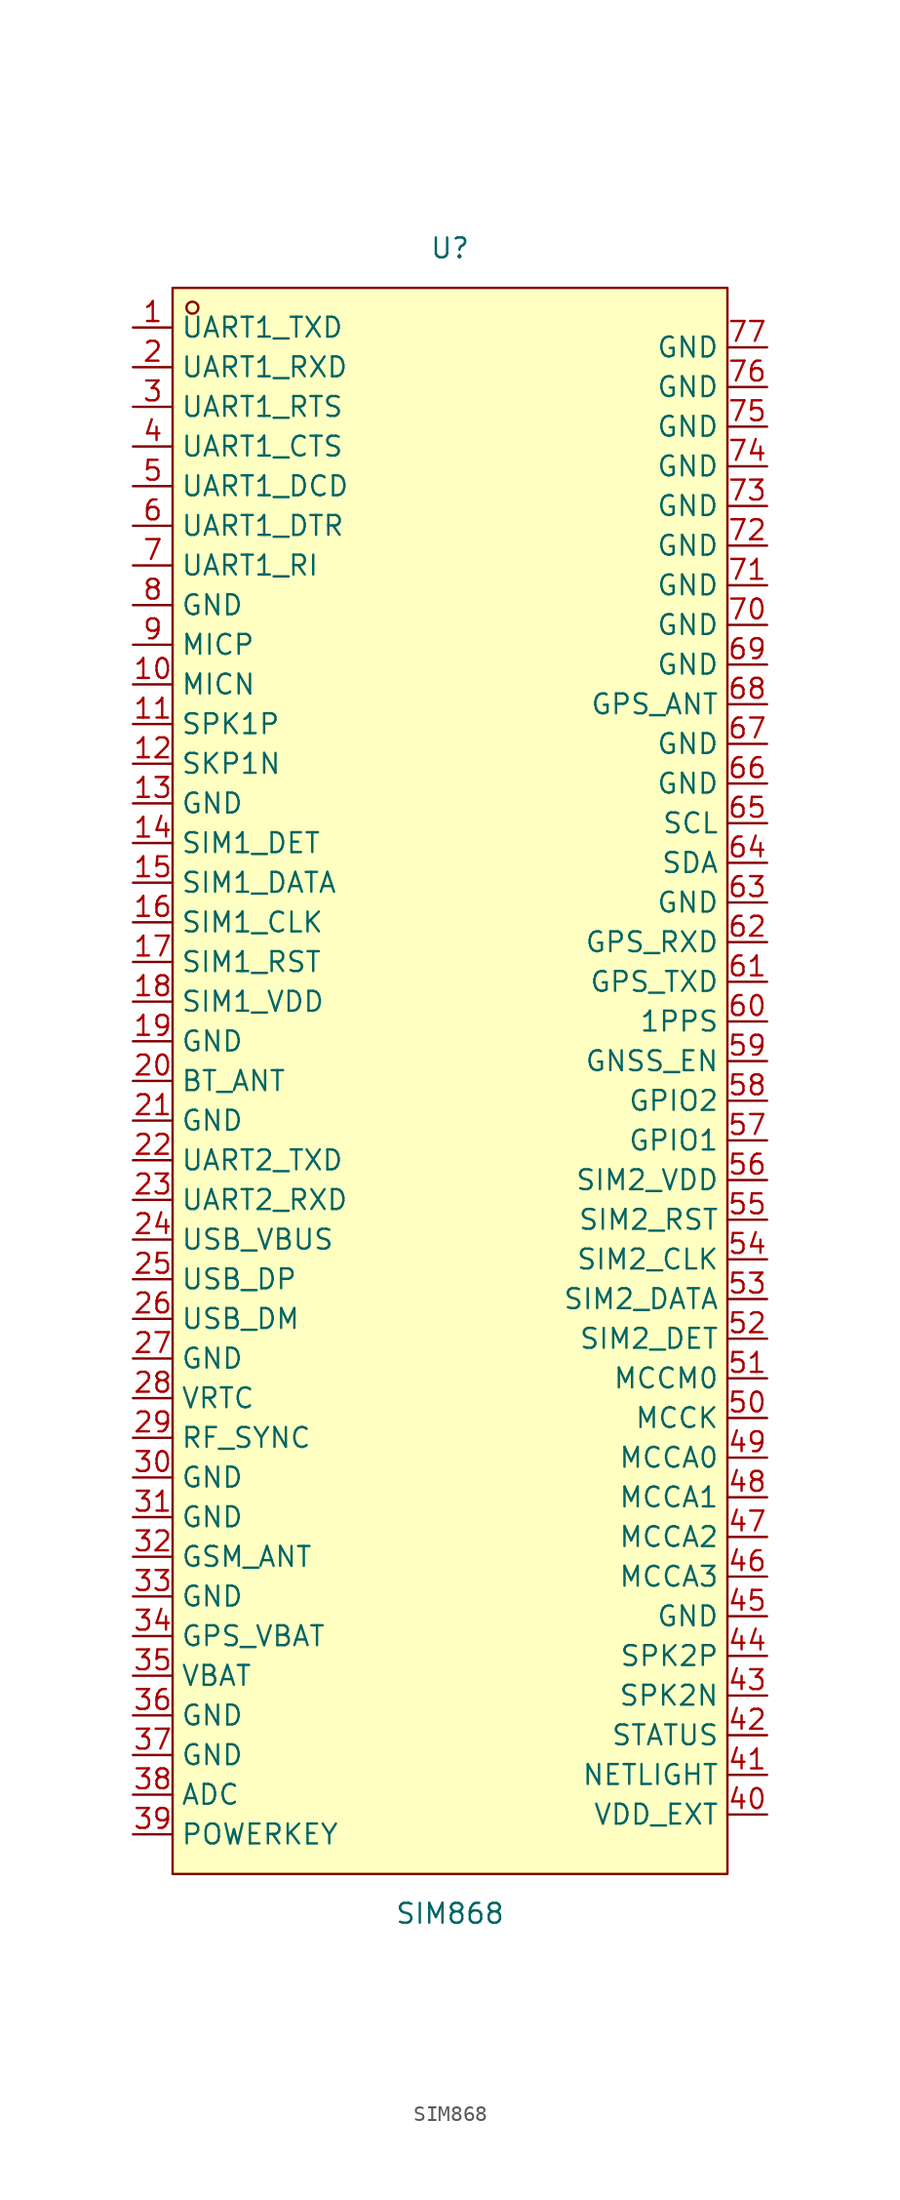
<source format=kicad_sym>
(kicad_symbol_lib
  (version 20231120)
  (generator "kicad_symbol_editor")
  (generator_version "8.0")
  (symbol "SIM868"
    (property "Reference" "U"
      (at 0 53.34 0)
      (effects (font (size 1.27 1.27))))
    (property "Value" "SIM868"
      (at 0 -53.34 0)
      (effects (font (size 1.27 1.27))))
    (symbol "SIM868_0_1"
      (rectangle (start -17.78 50.8) (end 17.78 -50.8) (stroke (width 0) (type default)) (fill (type background)))
      (circle (center -16.51 49.53) (radius 0.38) (stroke (width 0) (type default)) (fill (type none)))
      (pin output line (at -20.32 48.26 0) (length 2.54) (name "UART1_TXD" (effects (font (size 1.27 1.27)))) (number "1" (effects (font (size 1.27 1.27)))))
      (pin unspecified line (at -20.32 25.4 0) (length 2.54) (name "MICN" (effects (font (size 1.27 1.27)))) (number "10" (effects (font (size 1.27 1.27)))))
      (pin unspecified line (at -20.32 22.86 0) (length 2.54) (name "SPK1P" (effects (font (size 1.27 1.27)))) (number "11" (effects (font (size 1.27 1.27)))))
      (pin unspecified line (at -20.32 20.32 0) (length 2.54) (name "SKP1N" (effects (font (size 1.27 1.27)))) (number "12" (effects (font (size 1.27 1.27)))))
      (pin power_in line (at -20.32 17.78 0) (length 2.54) (name "GND" (effects (font (size 1.27 1.27)))) (number "13" (effects (font (size 1.27 1.27)))))
      (pin unspecified line (at -20.32 15.24 0) (length 2.54) (name "SIM1_DET" (effects (font (size 1.27 1.27)))) (number "14" (effects (font (size 1.27 1.27)))))
      (pin bidirectional line (at -20.32 12.7 0) (length 2.54) (name "SIM1_DATA" (effects (font (size 1.27 1.27)))) (number "15" (effects (font (size 1.27 1.27)))))
      (pin bidirectional line (at -20.32 10.16 0) (length 2.54) (name "SIM1_CLK" (effects (font (size 1.27 1.27)))) (number "16" (effects (font (size 1.27 1.27)))))
      (pin bidirectional line (at -20.32 7.62 0) (length 2.54) (name "SIM1_RST" (effects (font (size 1.27 1.27)))) (number "17" (effects (font (size 1.27 1.27)))))
      (pin power_out line (at -20.32 5.08 0) (length 2.54) (name "SIM1_VDD" (effects (font (size 1.27 1.27)))) (number "18" (effects (font (size 1.27 1.27)))))
      (pin power_in line (at -20.32 2.54 0) (length 2.54) (name "GND" (effects (font (size 1.27 1.27)))) (number "19" (effects (font (size 1.27 1.27)))))
      (pin input line (at -20.32 45.72 0) (length 2.54) (name "UART1_RXD" (effects (font (size 1.27 1.27)))) (number "2" (effects (font (size 1.27 1.27)))))
      (pin unspecified line (at -20.32 0 0) (length 2.54) (name "BT_ANT" (effects (font (size 1.27 1.27)))) (number "20" (effects (font (size 1.27 1.27)))))
      (pin power_in line (at -20.32 -2.54 0) (length 2.54) (name "GND" (effects (font (size 1.27 1.27)))) (number "21" (effects (font (size 1.27 1.27)))))
      (pin output line (at -20.32 -5.08 0) (length 2.54) (name "UART2_TXD" (effects (font (size 1.27 1.27)))) (number "22" (effects (font (size 1.27 1.27)))))
      (pin input line (at -20.32 -7.62 0) (length 2.54) (name "UART2_RXD" (effects (font (size 1.27 1.27)))) (number "23" (effects (font (size 1.27 1.27)))))
      (pin power_in line (at -20.32 -10.16 0) (length 2.54) (name "USB_VBUS" (effects (font (size 1.27 1.27)))) (number "24" (effects (font (size 1.27 1.27)))))
      (pin bidirectional line (at -20.32 -12.7 0) (length 2.54) (name "USB_DP" (effects (font (size 1.27 1.27)))) (number "25" (effects (font (size 1.27 1.27)))))
      (pin bidirectional line (at -20.32 -15.24 0) (length 2.54) (name "USB_DM" (effects (font (size 1.27 1.27)))) (number "26" (effects (font (size 1.27 1.27)))))
      (pin power_in line (at -20.32 -17.78 0) (length 2.54) (name "GND" (effects (font (size 1.27 1.27)))) (number "27" (effects (font (size 1.27 1.27)))))
      (pin unspecified line (at -20.32 -20.32 0) (length 2.54) (name "VRTC" (effects (font (size 1.27 1.27)))) (number "28" (effects (font (size 1.27 1.27)))))
      (pin unspecified line (at -20.32 -22.86 0) (length 2.54) (name "RF_SYNC" (effects (font (size 1.27 1.27)))) (number "29" (effects (font (size 1.27 1.27)))))
      (pin unspecified line (at -20.32 43.18 0) (length 2.54) (name "UART1_RTS" (effects (font (size 1.27 1.27)))) (number "3" (effects (font (size 1.27 1.27)))))
      (pin power_in line (at -20.32 -25.4 0) (length 2.54) (name "GND" (effects (font (size 1.27 1.27)))) (number "30" (effects (font (size 1.27 1.27)))))
      (pin power_in line (at -20.32 -27.94 0) (length 2.54) (name "GND" (effects (font (size 1.27 1.27)))) (number "31" (effects (font (size 1.27 1.27)))))
      (pin input line (at -20.32 -30.48 0) (length 2.54) (name "GSM_ANT" (effects (font (size 1.27 1.27)))) (number "32" (effects (font (size 1.27 1.27)))))
      (pin power_in line (at -20.32 -33.02 0) (length 2.54) (name "GND" (effects (font (size 1.27 1.27)))) (number "33" (effects (font (size 1.27 1.27)))))
      (pin power_in line (at -20.32 -35.56 0) (length 2.54) (name "GPS_VBAT" (effects (font (size 1.27 1.27)))) (number "34" (effects (font (size 1.27 1.27)))))
      (pin power_in line (at -20.32 -38.1 0) (length 2.54) (name "VBAT" (effects (font (size 1.27 1.27)))) (number "35" (effects (font (size 1.27 1.27)))))
      (pin power_in line (at -20.32 -40.64 0) (length 2.54) (name "GND" (effects (font (size 1.27 1.27)))) (number "36" (effects (font (size 1.27 1.27)))))
      (pin power_in line (at -20.32 -43.18 0) (length 2.54) (name "GND" (effects (font (size 1.27 1.27)))) (number "37" (effects (font (size 1.27 1.27)))))
      (pin input line (at -20.32 -45.72 0) (length 2.54) (name "ADC" (effects (font (size 1.27 1.27)))) (number "38" (effects (font (size 1.27 1.27)))))
      (pin open_collector line (at -20.32 -48.26 0) (length 2.54) (name "POWERKEY" (effects (font (size 1.27 1.27)))) (number "39" (effects (font (size 1.27 1.27)))))
      (pin unspecified line (at -20.32 40.64 0) (length 2.54) (name "UART1_CTS" (effects (font (size 1.27 1.27)))) (number "4" (effects (font (size 1.27 1.27)))))
      (pin power_out line (at 20.32 -46.99 180) (length 2.54) (name "VDD_EXT" (effects (font (size 1.27 1.27)))) (number "40" (effects (font (size 1.27 1.27)))))
      (pin output line (at 20.32 -44.45 180) (length 2.54) (name "NETLIGHT" (effects (font (size 1.27 1.27)))) (number "41" (effects (font (size 1.27 1.27)))))
      (pin output line (at 20.32 -41.91 180) (length 2.54) (name "STATUS" (effects (font (size 1.27 1.27)))) (number "42" (effects (font (size 1.27 1.27)))))
      (pin unspecified line (at 20.32 -39.37 180) (length 2.54) (name "SPK2N" (effects (font (size 1.27 1.27)))) (number "43" (effects (font (size 1.27 1.27)))))
      (pin unspecified line (at 20.32 -36.83 180) (length 2.54) (name "SPK2P" (effects (font (size 1.27 1.27)))) (number "44" (effects (font (size 1.27 1.27)))))
      (pin power_in line (at 20.32 -34.29 180) (length 2.54) (name "GND" (effects (font (size 1.27 1.27)))) (number "45" (effects (font (size 1.27 1.27)))))
      (pin unspecified line (at 20.32 -31.75 180) (length 2.54) (name "MCCA3" (effects (font (size 1.27 1.27)))) (number "46" (effects (font (size 1.27 1.27)))))
      (pin unspecified line (at 20.32 -29.21 180) (length 2.54) (name "MCCA2" (effects (font (size 1.27 1.27)))) (number "47" (effects (font (size 1.27 1.27)))))
      (pin unspecified line (at 20.32 -26.67 180) (length 2.54) (name "MCCA1" (effects (font (size 1.27 1.27)))) (number "48" (effects (font (size 1.27 1.27)))))
      (pin unspecified line (at 20.32 -24.13 180) (length 2.54) (name "MCCA0" (effects (font (size 1.27 1.27)))) (number "49" (effects (font (size 1.27 1.27)))))
      (pin unspecified line (at -20.32 38.1 0) (length 2.54) (name "UART1_DCD" (effects (font (size 1.27 1.27)))) (number "5" (effects (font (size 1.27 1.27)))))
      (pin unspecified line (at 20.32 -21.59 180) (length 2.54) (name "MCCK" (effects (font (size 1.27 1.27)))) (number "50" (effects (font (size 1.27 1.27)))))
      (pin unspecified line (at 20.32 -19.05 180) (length 2.54) (name "MCCM0" (effects (font (size 1.27 1.27)))) (number "51" (effects (font (size 1.27 1.27)))))
      (pin unspecified line (at 20.32 -16.51 180) (length 2.54) (name "SIM2_DET" (effects (font (size 1.27 1.27)))) (number "52" (effects (font (size 1.27 1.27)))))
      (pin unspecified line (at 20.32 -13.97 180) (length 2.54) (name "SIM2_DATA" (effects (font (size 1.27 1.27)))) (number "53" (effects (font (size 1.27 1.27)))))
      (pin unspecified line (at 20.32 -11.43 180) (length 2.54) (name "SIM2_CLK" (effects (font (size 1.27 1.27)))) (number "54" (effects (font (size 1.27 1.27)))))
      (pin unspecified line (at 20.32 -8.89 180) (length 2.54) (name "SIM2_RST" (effects (font (size 1.27 1.27)))) (number "55" (effects (font (size 1.27 1.27)))))
      (pin unspecified line (at 20.32 -6.35 180) (length 2.54) (name "SIM2_VDD" (effects (font (size 1.27 1.27)))) (number "56" (effects (font (size 1.27 1.27)))))
      (pin bidirectional line (at 20.32 -3.81 180) (length 2.54) (name "GPIO1" (effects (font (size 1.27 1.27)))) (number "57" (effects (font (size 1.27 1.27)))))
      (pin unspecified line (at 20.32 -1.27 180) (length 2.54) (name "GPIO2" (effects (font (size 1.27 1.27)))) (number "58" (effects (font (size 1.27 1.27)))))
      (pin input line (at 20.32 1.27 180) (length 2.54) (name "GNSS_EN" (effects (font (size 1.27 1.27)))) (number "59" (effects (font (size 1.27 1.27)))))
      (pin unspecified line (at -20.32 35.56 0) (length 2.54) (name "UART1_DTR" (effects (font (size 1.27 1.27)))) (number "6" (effects (font (size 1.27 1.27)))))
      (pin unspecified line (at 20.32 3.81 180) (length 2.54) (name "1PPS" (effects (font (size 1.27 1.27)))) (number "60" (effects (font (size 1.27 1.27)))))
      (pin output line (at 20.32 6.35 180) (length 2.54) (name "GPS_TXD" (effects (font (size 1.27 1.27)))) (number "61" (effects (font (size 1.27 1.27)))))
      (pin input line (at 20.32 8.89 180) (length 2.54) (name "GPS_RXD" (effects (font (size 1.27 1.27)))) (number "62" (effects (font (size 1.27 1.27)))))
      (pin power_in line (at 20.32 11.43 180) (length 2.54) (name "GND" (effects (font (size 1.27 1.27)))) (number "63" (effects (font (size 1.27 1.27)))))
      (pin bidirectional line (at 20.32 13.97 180) (length 2.54) (name "SDA" (effects (font (size 1.27 1.27)))) (number "64" (effects (font (size 1.27 1.27)))))
      (pin unspecified line (at 20.32 16.51 180) (length 2.54) (name "SCL" (effects (font (size 1.27 1.27)))) (number "65" (effects (font (size 1.27 1.27)))))
      (pin power_in line (at 20.32 19.05 180) (length 2.54) (name "GND" (effects (font (size 1.27 1.27)))) (number "66" (effects (font (size 1.27 1.27)))))
      (pin power_in line (at 20.32 21.59 180) (length 2.54) (name "GND" (effects (font (size 1.27 1.27)))) (number "67" (effects (font (size 1.27 1.27)))))
      (pin input line (at 20.32 24.13 180) (length 2.54) (name "GPS_ANT" (effects (font (size 1.27 1.27)))) (number "68" (effects (font (size 1.27 1.27)))))
      (pin power_in line (at 20.32 26.67 180) (length 2.54) (name "GND" (effects (font (size 1.27 1.27)))) (number "69" (effects (font (size 1.27 1.27)))))
      (pin unspecified line (at -20.32 33.02 0) (length 2.54) (name "UART1_RI" (effects (font (size 1.27 1.27)))) (number "7" (effects (font (size 1.27 1.27)))))
      (pin power_in line (at 20.32 29.21 180) (length 2.54) (name "GND" (effects (font (size 1.27 1.27)))) (number "70" (effects (font (size 1.27 1.27)))))
      (pin power_in line (at 20.32 31.75 180) (length 2.54) (name "GND" (effects (font (size 1.27 1.27)))) (number "71" (effects (font (size 1.27 1.27)))))
      (pin power_in line (at 20.32 34.29 180) (length 2.54) (name "GND" (effects (font (size 1.27 1.27)))) (number "72" (effects (font (size 1.27 1.27)))))
      (pin power_in line (at 20.32 36.83 180) (length 2.54) (name "GND" (effects (font (size 1.27 1.27)))) (number "73" (effects (font (size 1.27 1.27)))))
      (pin power_in line (at 20.32 39.37 180) (length 2.54) (name "GND" (effects (font (size 1.27 1.27)))) (number "74" (effects (font (size 1.27 1.27)))))
      (pin power_in line (at 20.32 41.91 180) (length 2.54) (name "GND" (effects (font (size 1.27 1.27)))) (number "75" (effects (font (size 1.27 1.27)))))
      (pin power_in line (at 20.32 44.45 180) (length 2.54) (name "GND" (effects (font (size 1.27 1.27)))) (number "76" (effects (font (size 1.27 1.27)))))
      (pin power_in line (at 20.32 46.99 180) (length 2.54) (name "GND" (effects (font (size 1.27 1.27)))) (number "77" (effects (font (size 1.27 1.27)))))
      (pin power_in line (at -20.32 30.48 0) (length 2.54) (name "GND" (effects (font (size 1.27 1.27)))) (number "8" (effects (font (size 1.27 1.27)))))
      (pin unspecified line (at -20.32 27.94 0) (length 2.54) (name "MICP" (effects (font (size 1.27 1.27)))) (number "9" (effects (font (size 1.27 1.27))))))))
</source>
